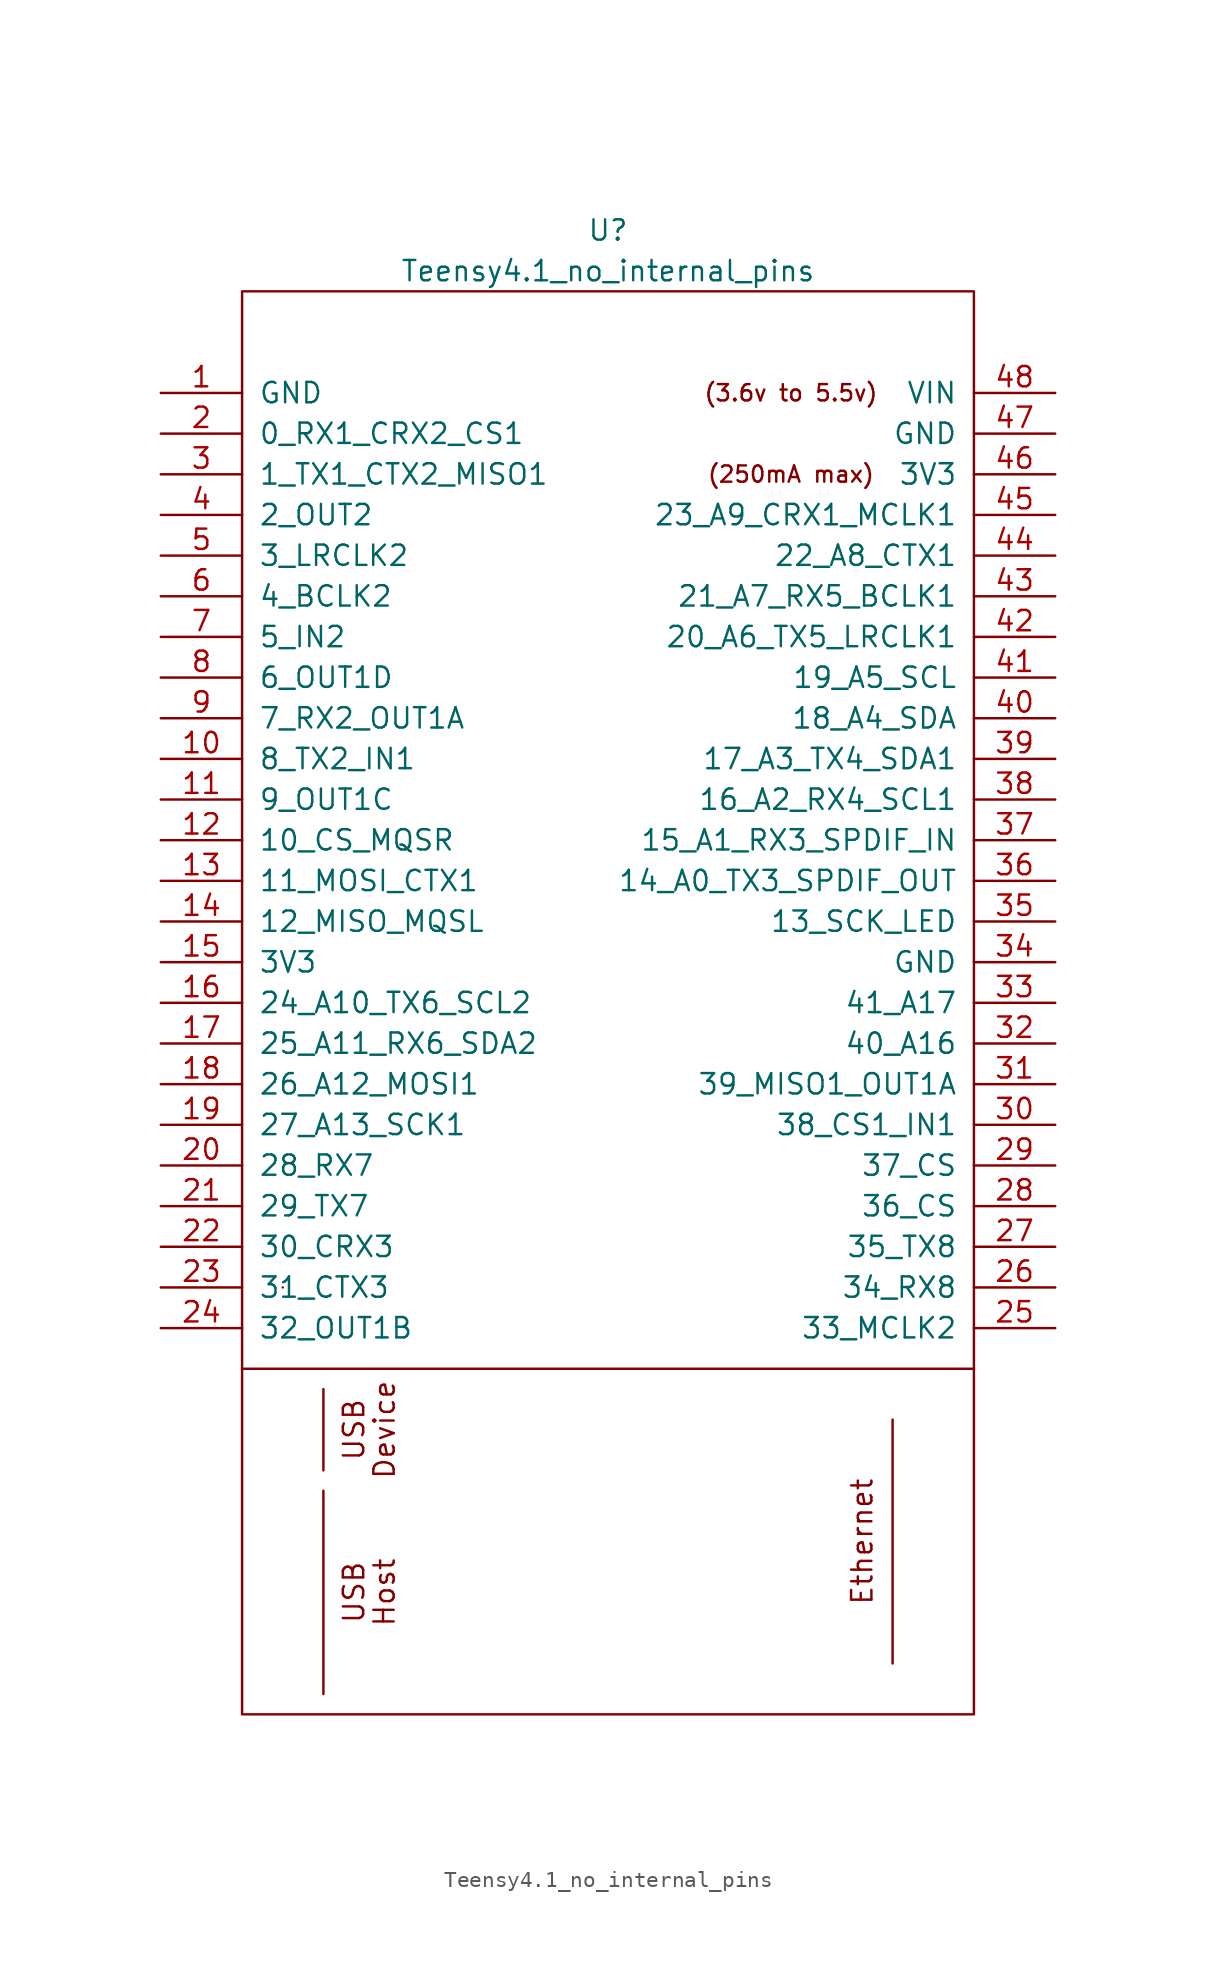
<source format=kicad_sym>
(kicad_symbol_lib
  (version 20231120)
  (generator "kicad_symbol_editor")
  (generator_version "8.0")
  (symbol "Teensy4.1_no_internal_pins"
    (pin_names
      (offset 1.016))
    (property "Reference" "U"
      (at 0 64.77 0)
      (effects (font (size 1.27 1.27))))
    (property "Value" "Teensy4.1_no_internal_pins"
      (at 0 62.23 0)
      (effects (font (size 1.27 1.27))))
    (symbol "Teensy4.1_no_internal_pins_0_0"
      (polyline (pts (xy -22.86 -6.35) (xy 22.86 -6.35)) (stroke (width 0) (type solid)) (fill (type none)))
      (polyline (pts (xy -17.78 -26.67) (xy -17.78 -13.97)) (stroke (width 0) (type solid)) (fill (type none)))
      (polyline (pts (xy -17.78 -7.62) (xy -17.78 -12.7)) (stroke (width 0) (type solid)) (fill (type none)))
      (polyline (pts (xy 17.78 -9.525) (xy 17.78 -24.765)) (stroke (width 0) (type solid)) (fill (type none)))
      (text "(250mA max)" (at 11.43 49.53 0) (effects (font (size 1.016 1.016))))
      (text "(3.6v to 5.5v)" (at 11.43 54.61 0) (effects (font (size 1.016 1.016))))
      (text "Device" (at -13.97 -10.16 900) (effects (font (size 1.27 1.27))))
      (text "Ethernet" (at 15.875 -17.145 900) (effects (font (size 1.27 1.27))))
      (text "Host" (at -13.97 -20.32 900) (effects (font (size 1.27 1.27))))
      (text "USB" (at -15.875 -20.32 900) (effects (font (size 1.27 1.27))))
      (text "USB" (at -15.875 -10.16 900) (effects (font (size 1.27 1.27))))
      (pin bidirectional line (at -27.94 31.75 0) (length 5.08) (name "8_TX2_IN1" (effects (font (size 1.27 1.27)))) (number "10" (effects (font (size 1.27 1.27)))))
      (pin bidirectional line (at -27.94 29.21 0) (length 5.08) (name "9_OUT1C" (effects (font (size 1.27 1.27)))) (number "11" (effects (font (size 1.27 1.27)))))
      (pin bidirectional line (at -27.94 26.67 0) (length 5.08) (name "10_CS_MQSR" (effects (font (size 1.27 1.27)))) (number "12" (effects (font (size 1.27 1.27)))))
      (pin bidirectional line (at -27.94 24.13 0) (length 5.08) (name "11_MOSI_CTX1" (effects (font (size 1.27 1.27)))) (number "13" (effects (font (size 1.27 1.27)))))
      (pin bidirectional line (at -27.94 21.59 0) (length 5.08) (name "12_MISO_MQSL" (effects (font (size 1.27 1.27)))) (number "14" (effects (font (size 1.27 1.27)))))
      (pin power_in line (at -27.94 19.05 0) (length 5.08) (name "3V3" (effects (font (size 1.27 1.27)))) (number "15" (effects (font (size 1.27 1.27)))))
      (pin bidirectional line (at -27.94 16.51 0) (length 5.08) (name "24_A10_TX6_SCL2" (effects (font (size 1.27 1.27)))) (number "16" (effects (font (size 1.27 1.27)))))
      (pin bidirectional line (at -27.94 13.97 0) (length 5.08) (name "25_A11_RX6_SDA2" (effects (font (size 1.27 1.27)))) (number "17" (effects (font (size 1.27 1.27)))))
      (pin bidirectional line (at -27.94 11.43 0) (length 5.08) (name "26_A12_MOSI1" (effects (font (size 1.27 1.27)))) (number "18" (effects (font (size 1.27 1.27)))))
      (pin bidirectional line (at -27.94 8.89 0) (length 5.08) (name "27_A13_SCK1" (effects (font (size 1.27 1.27)))) (number "19" (effects (font (size 1.27 1.27)))))
      (pin bidirectional line (at -27.94 6.35 0) (length 5.08) (name "28_RX7" (effects (font (size 1.27 1.27)))) (number "20" (effects (font (size 1.27 1.27)))))
      (pin bidirectional line (at -27.94 3.81 0) (length 5.08) (name "29_TX7" (effects (font (size 1.27 1.27)))) (number "21" (effects (font (size 1.27 1.27)))))
      (pin bidirectional line (at -27.94 1.27 0) (length 5.08) (name "30_CRX3" (effects (font (size 1.27 1.27)))) (number "22" (effects (font (size 1.27 1.27)))))
      (pin bidirectional line (at -27.94 -1.27 0) (length 5.08) (name "31_CTX3" (effects (font (size 1.27 1.27)))) (number "23" (effects (font (size 1.27 1.27)))))
      (pin bidirectional line (at -27.94 -3.81 0) (length 5.08) (name "32_OUT1B" (effects (font (size 1.27 1.27)))) (number "24" (effects (font (size 1.27 1.27)))))
      (pin bidirectional line (at 27.94 -3.81 180) (length 5.08) (name "33_MCLK2" (effects (font (size 1.27 1.27)))) (number "25" (effects (font (size 1.27 1.27)))))
      (pin bidirectional line (at 27.94 -1.27 180) (length 5.08) (name "34_RX8" (effects (font (size 1.27 1.27)))) (number "26" (effects (font (size 1.27 1.27)))))
      (pin bidirectional line (at 27.94 1.27 180) (length 5.08) (name "35_TX8" (effects (font (size 1.27 1.27)))) (number "27" (effects (font (size 1.27 1.27)))))
      (pin bidirectional line (at 27.94 3.81 180) (length 5.08) (name "36_CS" (effects (font (size 1.27 1.27)))) (number "28" (effects (font (size 1.27 1.27)))))
      (pin bidirectional line (at 27.94 6.35 180) (length 5.08) (name "37_CS" (effects (font (size 1.27 1.27)))) (number "29" (effects (font (size 1.27 1.27)))))
      (pin bidirectional line (at 27.94 8.89 180) (length 5.08) (name "38_CS1_IN1" (effects (font (size 1.27 1.27)))) (number "30" (effects (font (size 1.27 1.27)))))
      (pin bidirectional line (at 27.94 11.43 180) (length 5.08) (name "39_MISO1_OUT1A" (effects (font (size 1.27 1.27)))) (number "31" (effects (font (size 1.27 1.27)))))
      (pin bidirectional line (at 27.94 13.97 180) (length 5.08) (name "40_A16" (effects (font (size 1.27 1.27)))) (number "32" (effects (font (size 1.27 1.27)))))
      (pin bidirectional line (at 27.94 16.51 180) (length 5.08) (name "41_A17" (effects (font (size 1.27 1.27)))) (number "33" (effects (font (size 1.27 1.27)))))
      (pin bidirectional line (at 27.94 21.59 180) (length 5.08) (name "13_SCK_LED" (effects (font (size 1.27 1.27)))) (number "35" (effects (font (size 1.27 1.27)))))
      (pin bidirectional line (at 27.94 24.13 180) (length 5.08) (name "14_A0_TX3_SPDIF_OUT" (effects (font (size 1.27 1.27)))) (number "36" (effects (font (size 1.27 1.27)))))
      (pin bidirectional line (at 27.94 26.67 180) (length 5.08) (name "15_A1_RX3_SPDIF_IN" (effects (font (size 1.27 1.27)))) (number "37" (effects (font (size 1.27 1.27)))))
      (pin bidirectional line (at 27.94 29.21 180) (length 5.08) (name "16_A2_RX4_SCL1" (effects (font (size 1.27 1.27)))) (number "38" (effects (font (size 1.27 1.27)))))
      (pin bidirectional line (at 27.94 31.75 180) (length 5.08) (name "17_A3_TX4_SDA1" (effects (font (size 1.27 1.27)))) (number "39" (effects (font (size 1.27 1.27)))))
      (pin bidirectional line (at 27.94 34.29 180) (length 5.08) (name "18_A4_SDA" (effects (font (size 1.27 1.27)))) (number "40" (effects (font (size 1.27 1.27)))))
      (pin bidirectional line (at 27.94 36.83 180) (length 5.08) (name "19_A5_SCL" (effects (font (size 1.27 1.27)))) (number "41" (effects (font (size 1.27 1.27)))))
      (pin bidirectional line (at 27.94 39.37 180) (length 5.08) (name "20_A6_TX5_LRCLK1" (effects (font (size 1.27 1.27)))) (number "42" (effects (font (size 1.27 1.27)))))
      (pin bidirectional line (at 27.94 41.91 180) (length 5.08) (name "21_A7_RX5_BCLK1" (effects (font (size 1.27 1.27)))) (number "43" (effects (font (size 1.27 1.27)))))
      (pin bidirectional line (at 27.94 44.45 180) (length 5.08) (name "22_A8_CTX1" (effects (font (size 1.27 1.27)))) (number "44" (effects (font (size 1.27 1.27)))))
      (pin bidirectional line (at 27.94 46.99 180) (length 5.08) (name "23_A9_CRX1_MCLK1" (effects (font (size 1.27 1.27)))) (number "45" (effects (font (size 1.27 1.27)))))
      (pin output line (at 27.94 49.53 180) (length 5.08) (name "3V3" (effects (font (size 1.27 1.27)))) (number "46" (effects (font (size 1.27 1.27)))))
      (pin output line (at 27.94 52.07 180) (length 5.08) (name "GND" (effects (font (size 1.27 1.27)))) (number "47" (effects (font (size 1.27 1.27)))))
      (pin power_in line (at 27.94 54.61 180) (length 5.08) (name "VIN" (effects (font (size 1.27 1.27)))) (number "48" (effects (font (size 1.27 1.27)))))
      (pin bidirectional line (at -27.94 44.45 0) (length 5.08) (name "3_LRCLK2" (effects (font (size 1.27 1.27)))) (number "5" (effects (font (size 1.27 1.27)))))
      (pin bidirectional line (at -27.94 41.91 0) (length 5.08) (name "4_BCLK2" (effects (font (size 1.27 1.27)))) (number "6" (effects (font (size 1.27 1.27)))))
      (pin bidirectional line (at -27.94 39.37 0) (length 5.08) (name "5_IN2" (effects (font (size 1.27 1.27)))) (number "7" (effects (font (size 1.27 1.27)))))
      (pin bidirectional line (at -27.94 36.83 0) (length 5.08) (name "6_OUT1D" (effects (font (size 1.27 1.27)))) (number "8" (effects (font (size 1.27 1.27)))))
      (pin bidirectional line (at -27.94 34.29 0) (length 5.08) (name "7_RX2_OUT1A" (effects (font (size 1.27 1.27)))) (number "9" (effects (font (size 1.27 1.27))))))
    (symbol "Teensy4.1_no_internal_pins_0_1"
      (rectangle (start -22.86 60.96) (end 22.86 -27.94) (stroke (width 0) (type solid)) (fill (type none)))
      (rectangle (start -20.32 -1.27) (end -20.32 -1.27) (stroke (width 0) (type solid)) (fill (type none))))
    (symbol "Teensy4.1_no_internal_pins_1_1"
      (pin power_in line (at -27.94 54.61 0) (length 5.08) (name "GND" (effects (font (size 1.27 1.27)))) (number "1" (effects (font (size 1.27 1.27)))))
      (pin bidirectional line (at -27.94 52.07 0) (length 5.08) (name "0_RX1_CRX2_CS1" (effects (font (size 1.27 1.27)))) (number "2" (effects (font (size 1.27 1.27)))))
      (pin bidirectional line (at -27.94 49.53 0) (length 5.08) (name "1_TX1_CTX2_MISO1" (effects (font (size 1.27 1.27)))) (number "3" (effects (font (size 1.27 1.27)))))
      (pin power_in line (at 27.94 19.05 180) (length 5.08) (name "GND" (effects (font (size 1.27 1.27)))) (number "34" (effects (font (size 1.27 1.27)))))
      (pin bidirectional line (at -27.94 46.99 0) (length 5.08) (name "2_OUT2" (effects (font (size 1.27 1.27)))) (number "4" (effects (font (size 1.27 1.27))))))))
</source>
